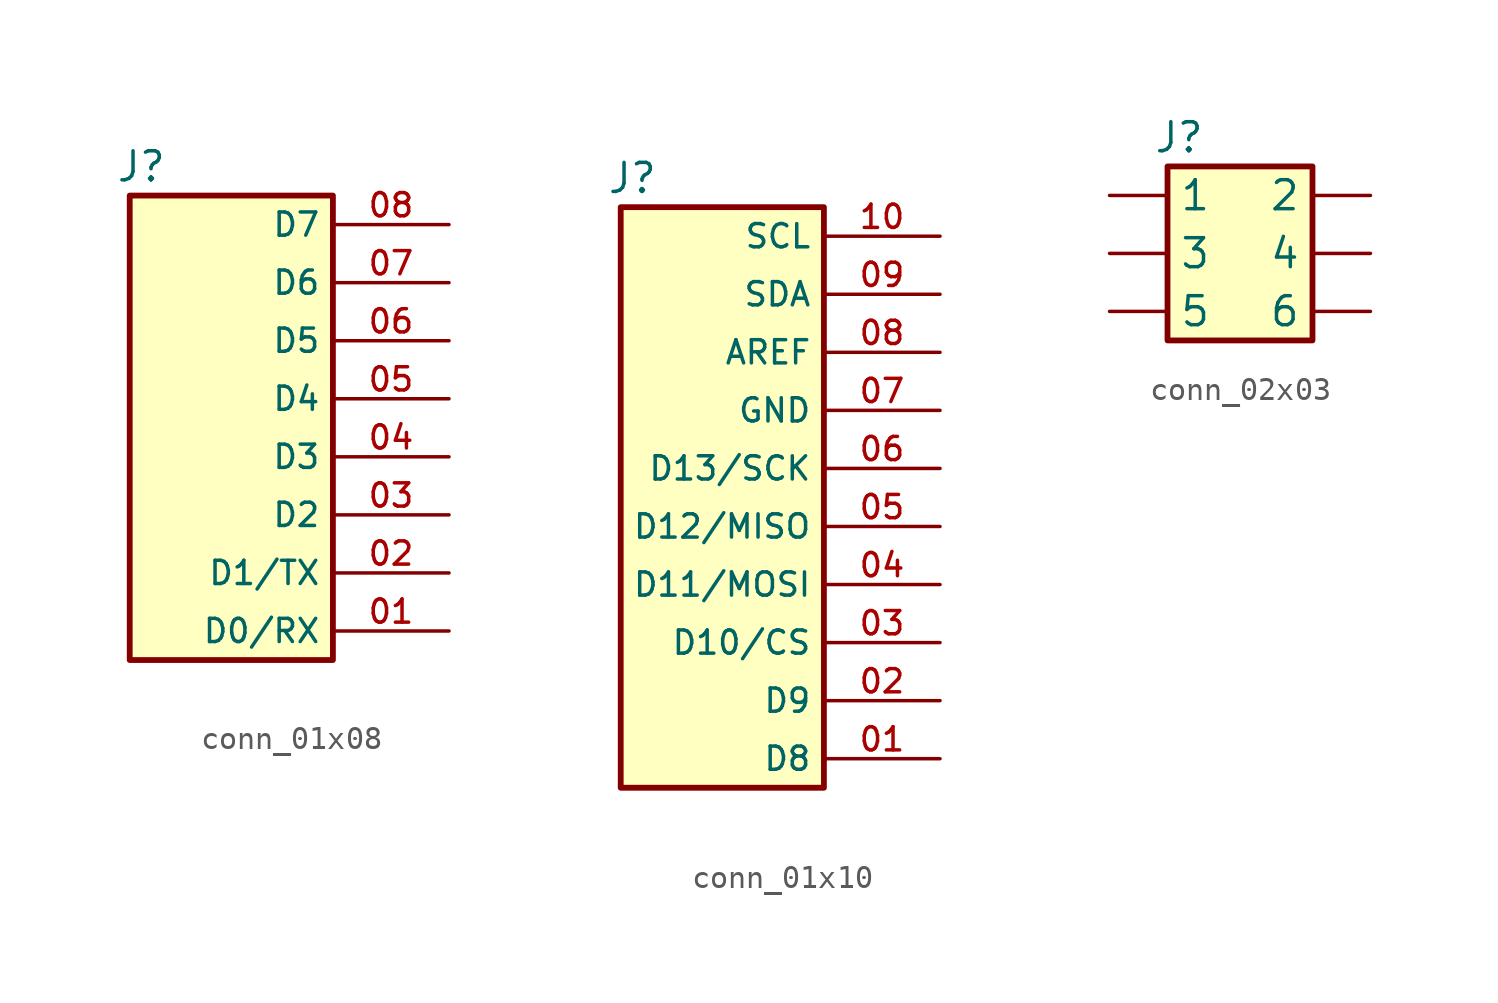
<source format=kicad_sym>
(kicad_symbol_lib
  (version 20231120)
  (generator "kicad_symbol_editor")
  (generator_version "8.0")
  (symbol "conn_01x08"
    (property "Reference" "J"
      (at 0.508 21.59 0)
      (effects (font (size 1.27 1.27))))
    (property "Value" ""
      (at 0 0 0)
      (effects (font (size 1.27 1.27))))
    (symbol "conn_01x08_0_0"
      (rectangle (start 0 20.32) (end 8.89 0) (stroke (width 0.254) (type default)) (fill (type background))))
    (symbol "conn_01x08_1_0"
      (pin passive line (at 13.97 1.27 180) (length 5.08) (name "D0/RX" (effects (font (size 1.016 1.016)))) (number "01" (effects (font (size 1.016 1.016)))))
      (pin passive line (at 13.97 3.81 180) (length 5.08) (name "D1/TX" (effects (font (size 1.016 1.016)))) (number "02" (effects (font (size 1.016 1.016)))))
      (pin passive line (at 13.97 6.35 180) (length 5.08) (name "D2" (effects (font (size 1.016 1.016)))) (number "03" (effects (font (size 1.016 1.016)))))
      (pin passive line (at 13.97 8.89 180) (length 5.08) (name "D3" (effects (font (size 1.016 1.016)))) (number "04" (effects (font (size 1.016 1.016)))))
      (pin passive line (at 13.97 11.43 180) (length 5.08) (name "D4" (effects (font (size 1.016 1.016)))) (number "05" (effects (font (size 1.016 1.016)))))
      (pin passive line (at 13.97 13.97 180) (length 5.08) (name "D5" (effects (font (size 1.016 1.016)))) (number "06" (effects (font (size 1.016 1.016)))))
      (pin passive line (at 13.97 16.51 180) (length 5.08) (name "D6" (effects (font (size 1.016 1.016)))) (number "07" (effects (font (size 1.016 1.016)))))
      (pin passive line (at 13.97 19.05 180) (length 5.08) (name "D7" (effects (font (size 1.016 1.016)))) (number "08" (effects (font (size 1.016 1.016)))))))
  (symbol "conn_01x10"
    (property "Reference" "J"
      (at 0.508 26.67 0)
      (effects (font (size 1.27 1.27))))
    (property "Value" ""
      (at 0 0 0)
      (effects (font (size 1.27 1.27))))
    (symbol "conn_01x10_0_0"
      (rectangle (start 0 25.4) (end 8.89 0) (stroke (width 0.254) (type default)) (fill (type background))))
    (symbol "conn_01x10_1_0"
      (pin passive line (at 13.97 1.27 180) (length 5.08) (name "D8" (effects (font (size 1.016 1.016)))) (number "01" (effects (font (size 1.016 1.016)))))
      (pin passive line (at 13.97 3.81 180) (length 5.08) (name "D9" (effects (font (size 1.016 1.016)))) (number "02" (effects (font (size 1.016 1.016)))))
      (pin passive line (at 13.97 6.35 180) (length 5.08) (name "D10/CS" (effects (font (size 1.016 1.016)))) (number "03" (effects (font (size 1.016 1.016)))))
      (pin passive line (at 13.97 8.89 180) (length 5.08) (name "D11/MOSI" (effects (font (size 1.016 1.016)))) (number "04" (effects (font (size 1.016 1.016)))))
      (pin passive line (at 13.97 11.43 180) (length 5.08) (name "D12/MISO" (effects (font (size 1.016 1.016)))) (number "05" (effects (font (size 1.016 1.016)))))
      (pin passive line (at 13.97 13.97 180) (length 5.08) (name "D13/SCK" (effects (font (size 1.016 1.016)))) (number "06" (effects (font (size 1.016 1.016)))))
      (pin passive line (at 13.97 16.51 180) (length 5.08) (name "GND" (effects (font (size 1.016 1.016)))) (number "07" (effects (font (size 1.016 1.016)))))
      (pin passive line (at 13.97 19.05 180) (length 5.08) (name "AREF" (effects (font (size 1.016 1.016)))) (number "08" (effects (font (size 1.016 1.016)))))
      (pin passive line (at 13.97 21.59 180) (length 5.08) (name "SDA" (effects (font (size 1.016 1.016)))) (number "09" (effects (font (size 1.016 1.016)))))
      (pin passive line (at 13.97 24.13 180) (length 5.08) (name "SCL" (effects (font (size 1.016 1.016)))) (number "10" (effects (font (size 1.016 1.016)))))))
  (symbol "conn_02x03"
    (property "Reference" "J"
      (at 0.508 8.89 0)
      (effects (font (size 1.27 1.27))))
    (property "Value" ""
      (at 0 0 0)
      (effects (font (size 1.27 1.27))))
    (symbol "conn_02x03_1_0"
      (rectangle (start 0 7.62) (end 6.35 0) (stroke (width 0.254) (type solid) (color 128 0 0 1)) (fill (type background)))
      (pin passive line (at -2.54 6.35 0) (length 2.54) (name "1" (effects (font (size 1.27 1.27)))) (number "1" (effects (font (size 0 0)))))
      (pin passive line (at 8.89 6.35 180) (length 2.54) (name "2" (effects (font (size 1.27 1.27)))) (number "2" (effects (font (size 0 0)))))
      (pin passive line (at -2.54 3.81 0) (length 2.54) (name "3" (effects (font (size 1.27 1.27)))) (number "3" (effects (font (size 0 0)))))
      (pin passive line (at 8.89 3.81 180) (length 2.54) (name "4" (effects (font (size 1.27 1.27)))) (number "4" (effects (font (size 0 0)))))
      (pin passive line (at -2.54 1.27 0) (length 2.54) (name "5" (effects (font (size 1.27 1.27)))) (number "5" (effects (font (size 0 0)))))
      (pin passive line (at 8.89 1.27 180) (length 2.54) (name "6" (effects (font (size 1.27 1.27)))) (number "6" (effects (font (size 0 0))))))))
</source>
